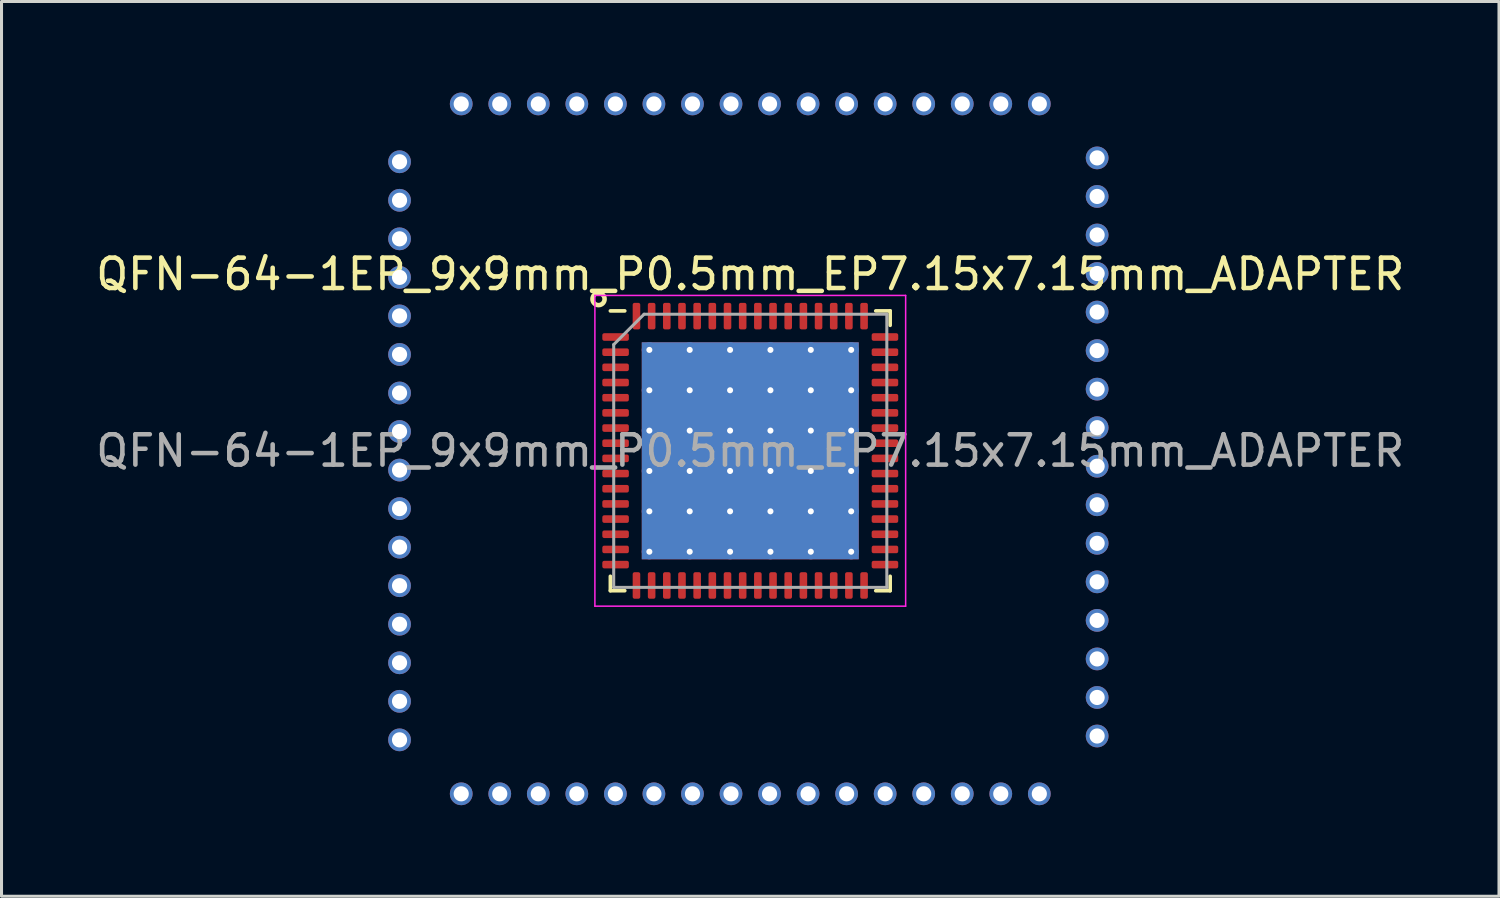
<source format=kicad_pcb>
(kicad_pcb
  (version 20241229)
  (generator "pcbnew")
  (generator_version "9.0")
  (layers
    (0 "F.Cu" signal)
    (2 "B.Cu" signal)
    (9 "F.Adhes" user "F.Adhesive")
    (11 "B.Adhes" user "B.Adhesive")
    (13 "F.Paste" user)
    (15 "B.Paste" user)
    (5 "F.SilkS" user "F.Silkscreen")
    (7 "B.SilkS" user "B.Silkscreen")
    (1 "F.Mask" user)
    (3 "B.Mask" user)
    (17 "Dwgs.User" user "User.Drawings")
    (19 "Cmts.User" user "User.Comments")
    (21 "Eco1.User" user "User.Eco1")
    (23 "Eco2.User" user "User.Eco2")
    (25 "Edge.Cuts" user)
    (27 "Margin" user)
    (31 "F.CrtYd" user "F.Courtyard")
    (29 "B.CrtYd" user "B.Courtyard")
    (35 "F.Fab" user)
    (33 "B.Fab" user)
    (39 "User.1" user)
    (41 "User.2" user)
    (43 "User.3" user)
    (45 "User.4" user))
  (footprint "QFN-64-1EP_9x9mm_P0.5mm_EP7.15x7.15mm_ADAPTER"
    (layer "F.Cu")
    (at 21.673 11.805)
    (property "Reference" "QFN-64-1EP_9x9mm_P0.5mm_EP7.15x7.15mm_ADAPTER" (at 0 -5.82 0) (layer "F.SilkS") (effects (font (size 1 1) (thickness 0.15))))
    (attr smd)
    (fp_line (start -4.61 4.61) (end -4.61 4.135) (stroke (width 0.12) (type solid)) (layer "F.SilkS"))
    (fp_line (start -4.135 -4.61) (end -4.61 -4.61) (stroke (width 0.12) (type solid)) (layer "F.SilkS"))
    (fp_line (start -4.135 4.61) (end -4.61 4.61) (stroke (width 0.12) (type solid)) (layer "F.SilkS"))
    (fp_line (start 4.135 -4.61) (end 4.61 -4.61) (stroke (width 0.12) (type solid)) (layer "F.SilkS"))
    (fp_line (start 4.135 4.61) (end 4.61 4.61) (stroke (width 0.12) (type solid)) (layer "F.SilkS"))
    (fp_line (start 4.61 -4.61) (end 4.61 -4.135) (stroke (width 0.12) (type solid)) (layer "F.SilkS"))
    (fp_line (start 4.61 4.61) (end 4.61 4.135) (stroke (width 0.12) (type solid)) (layer "F.SilkS"))
    (fp_circle (center -5 -5) (end -5 -4.8) (stroke (width 0.15) (type solid)) (fill no) (layer "F.SilkS"))
    (fp_line (start -5.12 -5.12) (end -5.12 5.12) (stroke (width 0.05) (type solid)) (layer "F.CrtYd"))
    (fp_line (start -5.12 5.12) (end 5.12 5.12) (stroke (width 0.05) (type solid)) (layer "F.CrtYd"))
    (fp_line (start 5.12 -5.12) (end -5.12 -5.12) (stroke (width 0.05) (type solid)) (layer "F.CrtYd"))
    (fp_line (start 5.12 5.12) (end 5.12 -5.12) (stroke (width 0.05) (type solid)) (layer "F.CrtYd"))
    (fp_line (start -4.5 -3.5) (end -3.5 -4.5) (stroke (width 0.1) (type solid)) (layer "F.Fab"))
    (fp_line (start -4.5 4.5) (end -4.5 -3.5) (stroke (width 0.1) (type solid)) (layer "F.Fab"))
    (fp_line (start -3.5 -4.5) (end 4.5 -4.5) (stroke (width 0.1) (type solid)) (layer "F.Fab"))
    (fp_line (start 4.5 -4.5) (end 4.5 4.5) (stroke (width 0.1) (type solid)) (layer "F.Fab"))
    (fp_line (start 4.5 4.5) (end -4.5 4.5) (stroke (width 0.1) (type solid)) (layer "F.Fab"))
    (fp_text user "${REFERENCE}" (at 0 0 0) (layer "F.Fab") (effects (font (size 1 1) (thickness 0.15))))
    (pad "" smd roundrect (at -2.66 -2.66) (size 1.153 1.153) (layers "F.Paste") (roundrect_rratio 0.217))
    (pad "" smd roundrect (at -2.66 -1.33) (size 1.153 1.153) (layers "F.Paste") (roundrect_rratio 0.217))
    (pad "" smd roundrect (at -2.66 0) (size 1.153 1.153) (layers "F.Paste") (roundrect_rratio 0.217))
    (pad "" smd roundrect (at -2.66 1.33) (size 1.153 1.153) (layers "F.Paste") (roundrect_rratio 0.217))
    (pad "" smd roundrect (at -2.66 2.66) (size 1.153 1.153) (layers "F.Paste") (roundrect_rratio 0.217))
    (pad "" smd roundrect (at -1.33 -2.66) (size 1.153 1.153) (layers "F.Paste") (roundrect_rratio 0.217))
    (pad "" smd roundrect (at -1.33 -1.33) (size 1.153 1.153) (layers "F.Paste") (roundrect_rratio 0.217))
    (pad "" smd roundrect (at -1.33 0) (size 1.153 1.153) (layers "F.Paste") (roundrect_rratio 0.217))
    (pad "" smd roundrect (at -1.33 1.33) (size 1.153 1.153) (layers "F.Paste") (roundrect_rratio 0.217))
    (pad "" smd roundrect (at -1.33 2.66) (size 1.153 1.153) (layers "F.Paste") (roundrect_rratio 0.217))
    (pad "" smd roundrect (at 0 -2.66) (size 1.153 1.153) (layers "F.Paste") (roundrect_rratio 0.217))
    (pad "" smd roundrect (at 0 -1.33) (size 1.153 1.153) (layers "F.Paste") (roundrect_rratio 0.217))
    (pad "" smd roundrect (at 0 0) (size 1.153 1.153) (layers "F.Paste") (roundrect_rratio 0.217))
    (pad "" smd roundrect (at 0 1.33) (size 1.153 1.153) (layers "F.Paste") (roundrect_rratio 0.217))
    (pad "" smd roundrect (at 0 2.66) (size 1.153 1.153) (layers "F.Paste") (roundrect_rratio 0.217))
    (pad "" smd roundrect (at 1.33 -2.66) (size 1.153 1.153) (layers "F.Paste") (roundrect_rratio 0.217))
    (pad "" smd roundrect (at 1.33 -1.33) (size 1.153 1.153) (layers "F.Paste") (roundrect_rratio 0.217))
    (pad "" smd roundrect (at 1.33 0) (size 1.153 1.153) (layers "F.Paste") (roundrect_rratio 0.217))
    (pad "" smd roundrect (at 1.33 1.33) (size 1.153 1.153) (layers "F.Paste") (roundrect_rratio 0.217))
    (pad "" smd roundrect (at 1.33 2.66) (size 1.153 1.153) (layers "F.Paste") (roundrect_rratio 0.217))
    (pad "" smd roundrect (at 2.66 -2.66) (size 1.153 1.153) (layers "F.Paste") (roundrect_rratio 0.217))
    (pad "" smd roundrect (at 2.66 -1.33) (size 1.153 1.153) (layers "F.Paste") (roundrect_rratio 0.217))
    (pad "" smd roundrect (at 2.66 0) (size 1.153 1.153) (layers "F.Paste") (roundrect_rratio 0.217))
    (pad "" smd roundrect (at 2.66 1.33) (size 1.153 1.153) (layers "F.Paste") (roundrect_rratio 0.217))
    (pad "" smd roundrect (at 2.66 2.66) (size 1.153 1.153) (layers "F.Paste") (roundrect_rratio 0.217))
    (pad "1" thru_hole circle (at -11.557 -9.525 270) (size 0.75 0.75) (drill 0.5) (layers "*.Cu" "*.Mask"))
    (pad "1" smd roundrect (at -4.438 -3.75) (size 0.875 0.25) (layers "F.Cu" "F.Mask" "F.Paste") (roundrect_rratio 0.25))
    (pad "2" thru_hole circle (at -11.557 -8.255 270) (size 0.75 0.75) (drill 0.5) (layers "*.Cu" "*.Mask"))
    (pad "2" smd roundrect (at -4.438 -3.25) (size 0.875 0.25) (layers "F.Cu" "F.Mask" "F.Paste") (roundrect_rratio 0.25))
    (pad "3" thru_hole circle (at -11.557 -6.985 270) (size 0.75 0.75) (drill 0.5) (layers "*.Cu" "*.Mask"))
    (pad "3" smd roundrect (at -4.438 -2.75) (size 0.875 0.25) (layers "F.Cu" "F.Mask" "F.Paste") (roundrect_rratio 0.25))
    (pad "4" thru_hole circle (at -11.557 -5.715 270) (size 0.75 0.75) (drill 0.5) (layers "*.Cu" "*.Mask"))
    (pad "4" smd roundrect (at -4.438 -2.25) (size 0.875 0.25) (layers "F.Cu" "F.Mask" "F.Paste") (roundrect_rratio 0.25))
    (pad "5" thru_hole circle (at -11.557 -4.445 270) (size 0.75 0.75) (drill 0.5) (layers "*.Cu" "*.Mask"))
    (pad "5" smd roundrect (at -4.438 -1.75) (size 0.875 0.25) (layers "F.Cu" "F.Mask" "F.Paste") (roundrect_rratio 0.25))
    (pad "6" thru_hole circle (at -11.557 -3.175 270) (size 0.75 0.75) (drill 0.5) (layers "*.Cu" "*.Mask"))
    (pad "6" smd roundrect (at -4.438 -1.25) (size 0.875 0.25) (layers "F.Cu" "F.Mask" "F.Paste") (roundrect_rratio 0.25))
    (pad "7" thru_hole circle (at -11.557 -1.905 270) (size 0.75 0.75) (drill 0.5) (layers "*.Cu" "*.Mask"))
    (pad "7" smd roundrect (at -4.438 -0.75) (size 0.875 0.25) (layers "F.Cu" "F.Mask" "F.Paste") (roundrect_rratio 0.25))
    (pad "8" thru_hole circle (at -11.557 -0.635 270) (size 0.75 0.75) (drill 0.5) (layers "*.Cu" "*.Mask"))
    (pad "8" smd roundrect (at -4.438 -0.25) (size 0.875 0.25) (layers "F.Cu" "F.Mask" "F.Paste") (roundrect_rratio 0.25))
    (pad "9" thru_hole circle (at -11.557 0.635 270) (size 0.75 0.75) (drill 0.5) (layers "*.Cu" "*.Mask"))
    (pad "9" smd roundrect (at -4.438 0.25) (size 0.875 0.25) (layers "F.Cu" "F.Mask" "F.Paste") (roundrect_rratio 0.25))
    (pad "10" thru_hole circle (at -11.557 1.905 270) (size 0.75 0.75) (drill 0.5) (layers "*.Cu" "*.Mask"))
    (pad "10" smd roundrect (at -4.438 0.75) (size 0.875 0.25) (layers "F.Cu" "F.Mask" "F.Paste") (roundrect_rratio 0.25))
    (pad "11" thru_hole circle (at -11.557 3.175 270) (size 0.75 0.75) (drill 0.5) (layers "*.Cu" "*.Mask"))
    (pad "11" smd roundrect (at -4.438 1.25) (size 0.875 0.25) (layers "F.Cu" "F.Mask" "F.Paste") (roundrect_rratio 0.25))
    (pad "12" thru_hole circle (at -11.557 4.445 270) (size 0.75 0.75) (drill 0.5) (layers "*.Cu" "*.Mask"))
    (pad "12" smd roundrect (at -4.438 1.75) (size 0.875 0.25) (layers "F.Cu" "F.Mask" "F.Paste") (roundrect_rratio 0.25))
    (pad "13" thru_hole circle (at -11.557 5.715 270) (size 0.75 0.75) (drill 0.5) (layers "*.Cu" "*.Mask"))
    (pad "13" smd roundrect (at -4.438 2.25) (size 0.875 0.25) (layers "F.Cu" "F.Mask" "F.Paste") (roundrect_rratio 0.25))
    (pad "14" thru_hole circle (at -11.557 6.985 270) (size 0.75 0.75) (drill 0.5) (layers "*.Cu" "*.Mask"))
    (pad "14" smd roundrect (at -4.438 2.75) (size 0.875 0.25) (layers "F.Cu" "F.Mask" "F.Paste") (roundrect_rratio 0.25))
    (pad "15" thru_hole circle (at -11.557 8.255 270) (size 0.75 0.75) (drill 0.5) (layers "*.Cu" "*.Mask"))
    (pad "15" smd roundrect (at -4.438 3.25) (size 0.875 0.25) (layers "F.Cu" "F.Mask" "F.Paste") (roundrect_rratio 0.25))
    (pad "16" thru_hole circle (at -11.557 9.525 270) (size 0.75 0.75) (drill 0.5) (layers "*.Cu" "*.Mask"))
    (pad "16" smd roundrect (at -4.438 3.75) (size 0.875 0.25) (layers "F.Cu" "F.Mask" "F.Paste") (roundrect_rratio 0.25))
    (pad "17" thru_hole circle (at -9.525 11.303) (size 0.75 0.75) (drill 0.5) (layers "*.Cu" "*.Mask"))
    (pad "17" smd roundrect (at -3.75 4.438) (size 0.25 0.875) (layers "F.Cu" "F.Mask" "F.Paste") (roundrect_rratio 0.25))
    (pad "18" thru_hole circle (at -8.255 11.303) (size 0.75 0.75) (drill 0.5) (layers "*.Cu" "*.Mask"))
    (pad "18" smd roundrect (at -3.25 4.438) (size 0.25 0.875) (layers "F.Cu" "F.Mask" "F.Paste") (roundrect_rratio 0.25))
    (pad "19" thru_hole circle (at -6.985 11.303) (size 0.75 0.75) (drill 0.5) (layers "*.Cu" "*.Mask"))
    (pad "19" smd roundrect (at -2.75 4.438) (size 0.25 0.875) (layers "F.Cu" "F.Mask" "F.Paste") (roundrect_rratio 0.25))
    (pad "20" thru_hole circle (at -5.715 11.303) (size 0.75 0.75) (drill 0.5) (layers "*.Cu" "*.Mask"))
    (pad "20" smd roundrect (at -2.25 4.438) (size 0.25 0.875) (layers "F.Cu" "F.Mask" "F.Paste") (roundrect_rratio 0.25))
    (pad "21" thru_hole circle (at -4.445 11.303) (size 0.75 0.75) (drill 0.5) (layers "*.Cu" "*.Mask"))
    (pad "21" smd roundrect (at -1.75 4.438) (size 0.25 0.875) (layers "F.Cu" "F.Mask" "F.Paste") (roundrect_rratio 0.25))
    (pad "22" thru_hole circle (at -3.175 11.303) (size 0.75 0.75) (drill 0.5) (layers "*.Cu" "*.Mask"))
    (pad "22" smd roundrect (at -1.25 4.438) (size 0.25 0.875) (layers "F.Cu" "F.Mask" "F.Paste") (roundrect_rratio 0.25))
    (pad "23" thru_hole circle (at -1.905 11.303) (size 0.75 0.75) (drill 0.5) (layers "*.Cu" "*.Mask"))
    (pad "23" smd roundrect (at -0.75 4.438) (size 0.25 0.875) (layers "F.Cu" "F.Mask" "F.Paste") (roundrect_rratio 0.25))
    (pad "24" thru_hole circle (at -0.635 11.303) (size 0.75 0.75) (drill 0.5) (layers "*.Cu" "*.Mask"))
    (pad "24" smd roundrect (at -0.25 4.438) (size 0.25 0.875) (layers "F.Cu" "F.Mask" "F.Paste") (roundrect_rratio 0.25))
    (pad "25" smd roundrect (at 0.25 4.438) (size 0.25 0.875) (layers "F.Cu" "F.Mask" "F.Paste") (roundrect_rratio 0.25))
    (pad "25" thru_hole circle (at 0.635 11.303) (size 0.75 0.75) (drill 0.5) (layers "*.Cu" "*.Mask"))
    (pad "26" smd roundrect (at 0.75 4.438) (size 0.25 0.875) (layers "F.Cu" "F.Mask" "F.Paste") (roundrect_rratio 0.25))
    (pad "26" thru_hole circle (at 1.905 11.303) (size 0.75 0.75) (drill 0.5) (layers "*.Cu" "*.Mask"))
    (pad "27" smd roundrect (at 1.25 4.438) (size 0.25 0.875) (layers "F.Cu" "F.Mask" "F.Paste") (roundrect_rratio 0.25))
    (pad "27" thru_hole circle (at 3.175 11.303) (size 0.75 0.75) (drill 0.5) (layers "*.Cu" "*.Mask"))
    (pad "28" smd roundrect (at 1.75 4.438) (size 0.25 0.875) (layers "F.Cu" "F.Mask" "F.Paste") (roundrect_rratio 0.25))
    (pad "28" thru_hole circle (at 4.445 11.303) (size 0.75 0.75) (drill 0.5) (layers "*.Cu" "*.Mask"))
    (pad "29" smd roundrect (at 2.25 4.438) (size 0.25 0.875) (layers "F.Cu" "F.Mask" "F.Paste") (roundrect_rratio 0.25))
    (pad "29" thru_hole circle (at 5.715 11.303) (size 0.75 0.75) (drill 0.5) (layers "*.Cu" "*.Mask"))
    (pad "30" smd roundrect (at 2.75 4.438) (size 0.25 0.875) (layers "F.Cu" "F.Mask" "F.Paste") (roundrect_rratio 0.25))
    (pad "30" thru_hole circle (at 6.985 11.303) (size 0.75 0.75) (drill 0.5) (layers "*.Cu" "*.Mask"))
    (pad "31" smd roundrect (at 3.25 4.438) (size 0.25 0.875) (layers "F.Cu" "F.Mask" "F.Paste") (roundrect_rratio 0.25))
    (pad "31" thru_hole circle (at 8.255 11.303) (size 0.75 0.75) (drill 0.5) (layers "*.Cu" "*.Mask"))
    (pad "32" smd roundrect (at 3.75 4.438) (size 0.25 0.875) (layers "F.Cu" "F.Mask" "F.Paste") (roundrect_rratio 0.25))
    (pad "32" thru_hole circle (at 9.525 11.303) (size 0.75 0.75) (drill 0.5) (layers "*.Cu" "*.Mask"))
    (pad "33" smd roundrect (at 4.438 3.75) (size 0.875 0.25) (layers "F.Cu" "F.Mask" "F.Paste") (roundrect_rratio 0.25))
    (pad "33" thru_hole circle (at 11.43 9.398 90) (size 0.75 0.75) (drill 0.5) (layers "*.Cu" "*.Mask"))
    (pad "34" smd roundrect (at 4.438 3.25) (size 0.875 0.25) (layers "F.Cu" "F.Mask" "F.Paste") (roundrect_rratio 0.25))
    (pad "34" thru_hole circle (at 11.43 8.128 90) (size 0.75 0.75) (drill 0.5) (layers "*.Cu" "*.Mask"))
    (pad "35" smd roundrect (at 4.438 2.75) (size 0.875 0.25) (layers "F.Cu" "F.Mask" "F.Paste") (roundrect_rratio 0.25))
    (pad "35" thru_hole circle (at 11.43 6.858 90) (size 0.75 0.75) (drill 0.5) (layers "*.Cu" "*.Mask"))
    (pad "36" smd roundrect (at 4.438 2.25) (size 0.875 0.25) (layers "F.Cu" "F.Mask" "F.Paste") (roundrect_rratio 0.25))
    (pad "36" thru_hole circle (at 11.43 5.588 90) (size 0.75 0.75) (drill 0.5) (layers "*.Cu" "*.Mask"))
    (pad "37" smd roundrect (at 4.438 1.75) (size 0.875 0.25) (layers "F.Cu" "F.Mask" "F.Paste") (roundrect_rratio 0.25))
    (pad "37" thru_hole circle (at 11.43 4.318 90) (size 0.75 0.75) (drill 0.5) (layers "*.Cu" "*.Mask"))
    (pad "38" smd roundrect (at 4.438 1.25) (size 0.875 0.25) (layers "F.Cu" "F.Mask" "F.Paste") (roundrect_rratio 0.25))
    (pad "38" thru_hole circle (at 11.43 3.048 90) (size 0.75 0.75) (drill 0.5) (layers "*.Cu" "*.Mask"))
    (pad "39" smd roundrect (at 4.438 0.75) (size 0.875 0.25) (layers "F.Cu" "F.Mask" "F.Paste") (roundrect_rratio 0.25))
    (pad "39" thru_hole circle (at 11.43 1.778 90) (size 0.75 0.75) (drill 0.5) (layers "*.Cu" "*.Mask"))
    (pad "40" smd roundrect (at 4.438 0.25) (size 0.875 0.25) (layers "F.Cu" "F.Mask" "F.Paste") (roundrect_rratio 0.25))
    (pad "40" thru_hole circle (at 11.43 0.508 90) (size 0.75 0.75) (drill 0.5) (layers "*.Cu" "*.Mask"))
    (pad "41" smd roundrect (at 4.438 -0.25) (size 0.875 0.25) (layers "F.Cu" "F.Mask" "F.Paste") (roundrect_rratio 0.25))
    (pad "41" thru_hole circle (at 11.43 -0.762 90) (size 0.75 0.75) (drill 0.5) (layers "*.Cu" "*.Mask"))
    (pad "42" smd roundrect (at 4.438 -0.75) (size 0.875 0.25) (layers "F.Cu" "F.Mask" "F.Paste") (roundrect_rratio 0.25))
    (pad "42" thru_hole circle (at 11.43 -2.032 90) (size 0.75 0.75) (drill 0.5) (layers "*.Cu" "*.Mask"))
    (pad "43" smd roundrect (at 4.438 -1.25) (size 0.875 0.25) (layers "F.Cu" "F.Mask" "F.Paste") (roundrect_rratio 0.25))
    (pad "43" thru_hole circle (at 11.43 -3.302 90) (size 0.75 0.75) (drill 0.5) (layers "*.Cu" "*.Mask"))
    (pad "44" smd roundrect (at 4.438 -1.75) (size 0.875 0.25) (layers "F.Cu" "F.Mask" "F.Paste") (roundrect_rratio 0.25))
    (pad "44" thru_hole circle (at 11.43 -4.572 90) (size 0.75 0.75) (drill 0.5) (layers "*.Cu" "*.Mask"))
    (pad "45" smd roundrect (at 4.438 -2.25) (size 0.875 0.25) (layers "F.Cu" "F.Mask" "F.Paste") (roundrect_rratio 0.25))
    (pad "45" thru_hole circle (at 11.43 -5.842 90) (size 0.75 0.75) (drill 0.5) (layers "*.Cu" "*.Mask"))
    (pad "46" smd roundrect (at 4.438 -2.75) (size 0.875 0.25) (layers "F.Cu" "F.Mask" "F.Paste") (roundrect_rratio 0.25))
    (pad "46" thru_hole circle (at 11.43 -7.112 90) (size 0.75 0.75) (drill 0.5) (layers "*.Cu" "*.Mask"))
    (pad "47" smd roundrect (at 4.438 -3.25) (size 0.875 0.25) (layers "F.Cu" "F.Mask" "F.Paste") (roundrect_rratio 0.25))
    (pad "47" thru_hole circle (at 11.43 -8.382 90) (size 0.75 0.75) (drill 0.5) (layers "*.Cu" "*.Mask"))
    (pad "48" smd roundrect (at 4.438 -3.75) (size 0.875 0.25) (layers "F.Cu" "F.Mask" "F.Paste") (roundrect_rratio 0.25))
    (pad "48" thru_hole circle (at 11.43 -9.652 90) (size 0.75 0.75) (drill 0.5) (layers "*.Cu" "*.Mask"))
    (pad "49" smd roundrect (at 3.75 -4.438) (size 0.25 0.875) (layers "F.Cu" "F.Mask" "F.Paste") (roundrect_rratio 0.25))
    (pad "49" thru_hole circle (at 9.525 -11.43 180) (size 0.75 0.75) (drill 0.5) (layers "*.Cu" "*.Mask"))
    (pad "50" smd roundrect (at 3.25 -4.438) (size 0.25 0.875) (layers "F.Cu" "F.Mask" "F.Paste") (roundrect_rratio 0.25))
    (pad "50" thru_hole circle (at 8.255 -11.43 180) (size 0.75 0.75) (drill 0.5) (layers "*.Cu" "*.Mask"))
    (pad "51" smd roundrect (at 2.75 -4.438) (size 0.25 0.875) (layers "F.Cu" "F.Mask" "F.Paste") (roundrect_rratio 0.25))
    (pad "51" thru_hole circle (at 6.985 -11.43 180) (size 0.75 0.75) (drill 0.5) (layers "*.Cu" "*.Mask"))
    (pad "52" smd roundrect (at 2.25 -4.438) (size 0.25 0.875) (layers "F.Cu" "F.Mask" "F.Paste") (roundrect_rratio 0.25))
    (pad "52" thru_hole circle (at 5.715 -11.43 180) (size 0.75 0.75) (drill 0.5) (layers "*.Cu" "*.Mask"))
    (pad "53" smd roundrect (at 1.75 -4.438) (size 0.25 0.875) (layers "F.Cu" "F.Mask" "F.Paste") (roundrect_rratio 0.25))
    (pad "53" thru_hole circle (at 4.445 -11.43 180) (size 0.75 0.75) (drill 0.5) (layers "*.Cu" "*.Mask"))
    (pad "54" smd roundrect (at 1.25 -4.438) (size 0.25 0.875) (layers "F.Cu" "F.Mask" "F.Paste") (roundrect_rratio 0.25))
    (pad "54" thru_hole circle (at 3.175 -11.43 180) (size 0.75 0.75) (drill 0.5) (layers "*.Cu" "*.Mask"))
    (pad "55" smd roundrect (at 0.75 -4.438) (size 0.25 0.875) (layers "F.Cu" "F.Mask" "F.Paste") (roundrect_rratio 0.25))
    (pad "55" thru_hole circle (at 1.905 -11.43 180) (size 0.75 0.75) (drill 0.5) (layers "*.Cu" "*.Mask"))
    (pad "56" smd roundrect (at 0.25 -4.438) (size 0.25 0.875) (layers "F.Cu" "F.Mask" "F.Paste") (roundrect_rratio 0.25))
    (pad "56" thru_hole circle (at 0.635 -11.43 180) (size 0.75 0.75) (drill 0.5) (layers "*.Cu" "*.Mask"))
    (pad "57" thru_hole circle (at -0.635 -11.43 180) (size 0.75 0.75) (drill 0.5) (layers "*.Cu" "*.Mask"))
    (pad "57" smd roundrect (at -0.25 -4.438) (size 0.25 0.875) (layers "F.Cu" "F.Mask" "F.Paste") (roundrect_rratio 0.25))
    (pad "58" thru_hole circle (at -1.905 -11.43 180) (size 0.75 0.75) (drill 0.5) (layers "*.Cu" "*.Mask"))
    (pad "58" smd roundrect (at -0.75 -4.438) (size 0.25 0.875) (layers "F.Cu" "F.Mask" "F.Paste") (roundrect_rratio 0.25))
    (pad "59" thru_hole circle (at -3.175 -11.43 180) (size 0.75 0.75) (drill 0.5) (layers "*.Cu" "*.Mask"))
    (pad "59" smd roundrect (at -1.25 -4.438) (size 0.25 0.875) (layers "F.Cu" "F.Mask" "F.Paste") (roundrect_rratio 0.25))
    (pad "60" thru_hole circle (at -4.445 -11.43 180) (size 0.75 0.75) (drill 0.5) (layers "*.Cu" "*.Mask"))
    (pad "60" smd roundrect (at -1.75 -4.438) (size 0.25 0.875) (layers "F.Cu" "F.Mask" "F.Paste") (roundrect_rratio 0.25))
    (pad "61" thru_hole circle (at -5.715 -11.43 180) (size 0.75 0.75) (drill 0.5) (layers "*.Cu" "*.Mask"))
    (pad "61" smd roundrect (at -2.25 -4.438) (size 0.25 0.875) (layers "F.Cu" "F.Mask" "F.Paste") (roundrect_rratio 0.25))
    (pad "62" thru_hole circle (at -6.985 -11.43 180) (size 0.75 0.75) (drill 0.5) (layers "*.Cu" "*.Mask"))
    (pad "62" smd roundrect (at -2.75 -4.438) (size 0.25 0.875) (layers "F.Cu" "F.Mask" "F.Paste") (roundrect_rratio 0.25))
    (pad "63" thru_hole circle (at -8.255 -11.43 180) (size 0.75 0.75) (drill 0.5) (layers "*.Cu" "*.Mask"))
    (pad "63" smd roundrect (at -3.25 -4.438) (size 0.25 0.875) (layers "F.Cu" "F.Mask" "F.Paste") (roundrect_rratio 0.25))
    (pad "64" thru_hole circle (at -9.525 -11.43 180) (size 0.75 0.75) (drill 0.5) (layers "*.Cu" "*.Mask"))
    (pad "64" smd roundrect (at -3.75 -4.438) (size 0.25 0.875) (layers "F.Cu" "F.Mask" "F.Paste") (roundrect_rratio 0.25))
    (pad "65" thru_hole circle (at -3.325 -3.325) (size 0.5 0.5) (drill 0.2) (layers "*.Cu"))
    (pad "65" thru_hole circle (at -3.325 -1.995) (size 0.5 0.5) (drill 0.2) (layers "*.Cu"))
    (pad "65" thru_hole circle (at -3.325 -0.665) (size 0.5 0.5) (drill 0.2) (layers "*.Cu"))
    (pad "65" thru_hole circle (at -3.325 0.665) (size 0.5 0.5) (drill 0.2) (layers "*.Cu"))
    (pad "65" thru_hole circle (at -3.325 1.995) (size 0.5 0.5) (drill 0.2) (layers "*.Cu"))
    (pad "65" thru_hole circle (at -3.325 3.325) (size 0.5 0.5) (drill 0.2) (layers "*.Cu"))
    (pad "65" thru_hole circle (at -1.995 -3.325) (size 0.5 0.5) (drill 0.2) (layers "*.Cu"))
    (pad "65" thru_hole circle (at -1.995 -1.995) (size 0.5 0.5) (drill 0.2) (layers "*.Cu"))
    (pad "65" thru_hole circle (at -1.995 -0.665) (size 0.5 0.5) (drill 0.2) (layers "*.Cu"))
    (pad "65" thru_hole circle (at -1.995 0.665) (size 0.5 0.5) (drill 0.2) (layers "*.Cu"))
    (pad "65" thru_hole circle (at -1.995 1.995) (size 0.5 0.5) (drill 0.2) (layers "*.Cu"))
    (pad "65" thru_hole circle (at -1.995 3.325) (size 0.5 0.5) (drill 0.2) (layers "*.Cu"))
    (pad "65" thru_hole circle (at -0.665 -3.325) (size 0.5 0.5) (drill 0.2) (layers "*.Cu"))
    (pad "65" thru_hole circle (at -0.665 -1.995) (size 0.5 0.5) (drill 0.2) (layers "*.Cu"))
    (pad "65" thru_hole circle (at -0.665 -0.665) (size 0.5 0.5) (drill 0.2) (layers "*.Cu"))
    (pad "65" thru_hole circle (at -0.665 0.665) (size 0.5 0.5) (drill 0.2) (layers "*.Cu"))
    (pad "65" thru_hole circle (at -0.665 1.995) (size 0.5 0.5) (drill 0.2) (layers "*.Cu"))
    (pad "65" thru_hole circle (at -0.665 3.325) (size 0.5 0.5) (drill 0.2) (layers "*.Cu"))
    (pad "65" smd rect (at 0 0) (size 7.15 7.15) (layers "F.Cu" "F.Mask"))
    (pad "65" smd rect (at 0 0) (size 7.15 7.15) (layers "B.Cu"))
    (pad "65" thru_hole circle (at 0.665 -3.325) (size 0.5 0.5) (drill 0.2) (layers "*.Cu"))
    (pad "65" thru_hole circle (at 0.665 -1.995) (size 0.5 0.5) (drill 0.2) (layers "*.Cu"))
    (pad "65" thru_hole circle (at 0.665 -0.665) (size 0.5 0.5) (drill 0.2) (layers "*.Cu"))
    (pad "65" thru_hole circle (at 0.665 0.665) (size 0.5 0.5) (drill 0.2) (layers "*.Cu"))
    (pad "65" thru_hole circle (at 0.665 1.995) (size 0.5 0.5) (drill 0.2) (layers "*.Cu"))
    (pad "65" thru_hole circle (at 0.665 3.325) (size 0.5 0.5) (drill 0.2) (layers "*.Cu"))
    (pad "65" thru_hole circle (at 1.995 -3.325) (size 0.5 0.5) (drill 0.2) (layers "*.Cu"))
    (pad "65" thru_hole circle (at 1.995 -1.995) (size 0.5 0.5) (drill 0.2) (layers "*.Cu"))
    (pad "65" thru_hole circle (at 1.995 -0.665) (size 0.5 0.5) (drill 0.2) (layers "*.Cu"))
    (pad "65" thru_hole circle (at 1.995 0.665) (size 0.5 0.5) (drill 0.2) (layers "*.Cu"))
    (pad "65" thru_hole circle (at 1.995 1.995) (size 0.5 0.5) (drill 0.2) (layers "*.Cu"))
    (pad "65" thru_hole circle (at 1.995 3.325) (size 0.5 0.5) (drill 0.2) (layers "*.Cu"))
    (pad "65" thru_hole circle (at 3.325 -3.325) (size 0.5 0.5) (drill 0.2) (layers "*.Cu"))
    (pad "65" thru_hole circle (at 3.325 -1.995) (size 0.5 0.5) (drill 0.2) (layers "*.Cu"))
    (pad "65" thru_hole circle (at 3.325 -0.665) (size 0.5 0.5) (drill 0.2) (layers "*.Cu"))
    (pad "65" thru_hole circle (at 3.325 0.665) (size 0.5 0.5) (drill 0.2) (layers "*.Cu"))
    (pad "65" thru_hole circle (at 3.325 1.995) (size 0.5 0.5) (drill 0.2) (layers "*.Cu"))
    (pad "65" thru_hole circle (at 3.325 3.325) (size 0.5 0.5) (drill 0.2) (layers "*.Cu")))
  (gr_rect
    (start -3 -3)
    (end 46.345 26.483)
    (stroke (width 0.1) (type default))
    (fill no)
    (layer "Edge.Cuts")))
</source>
